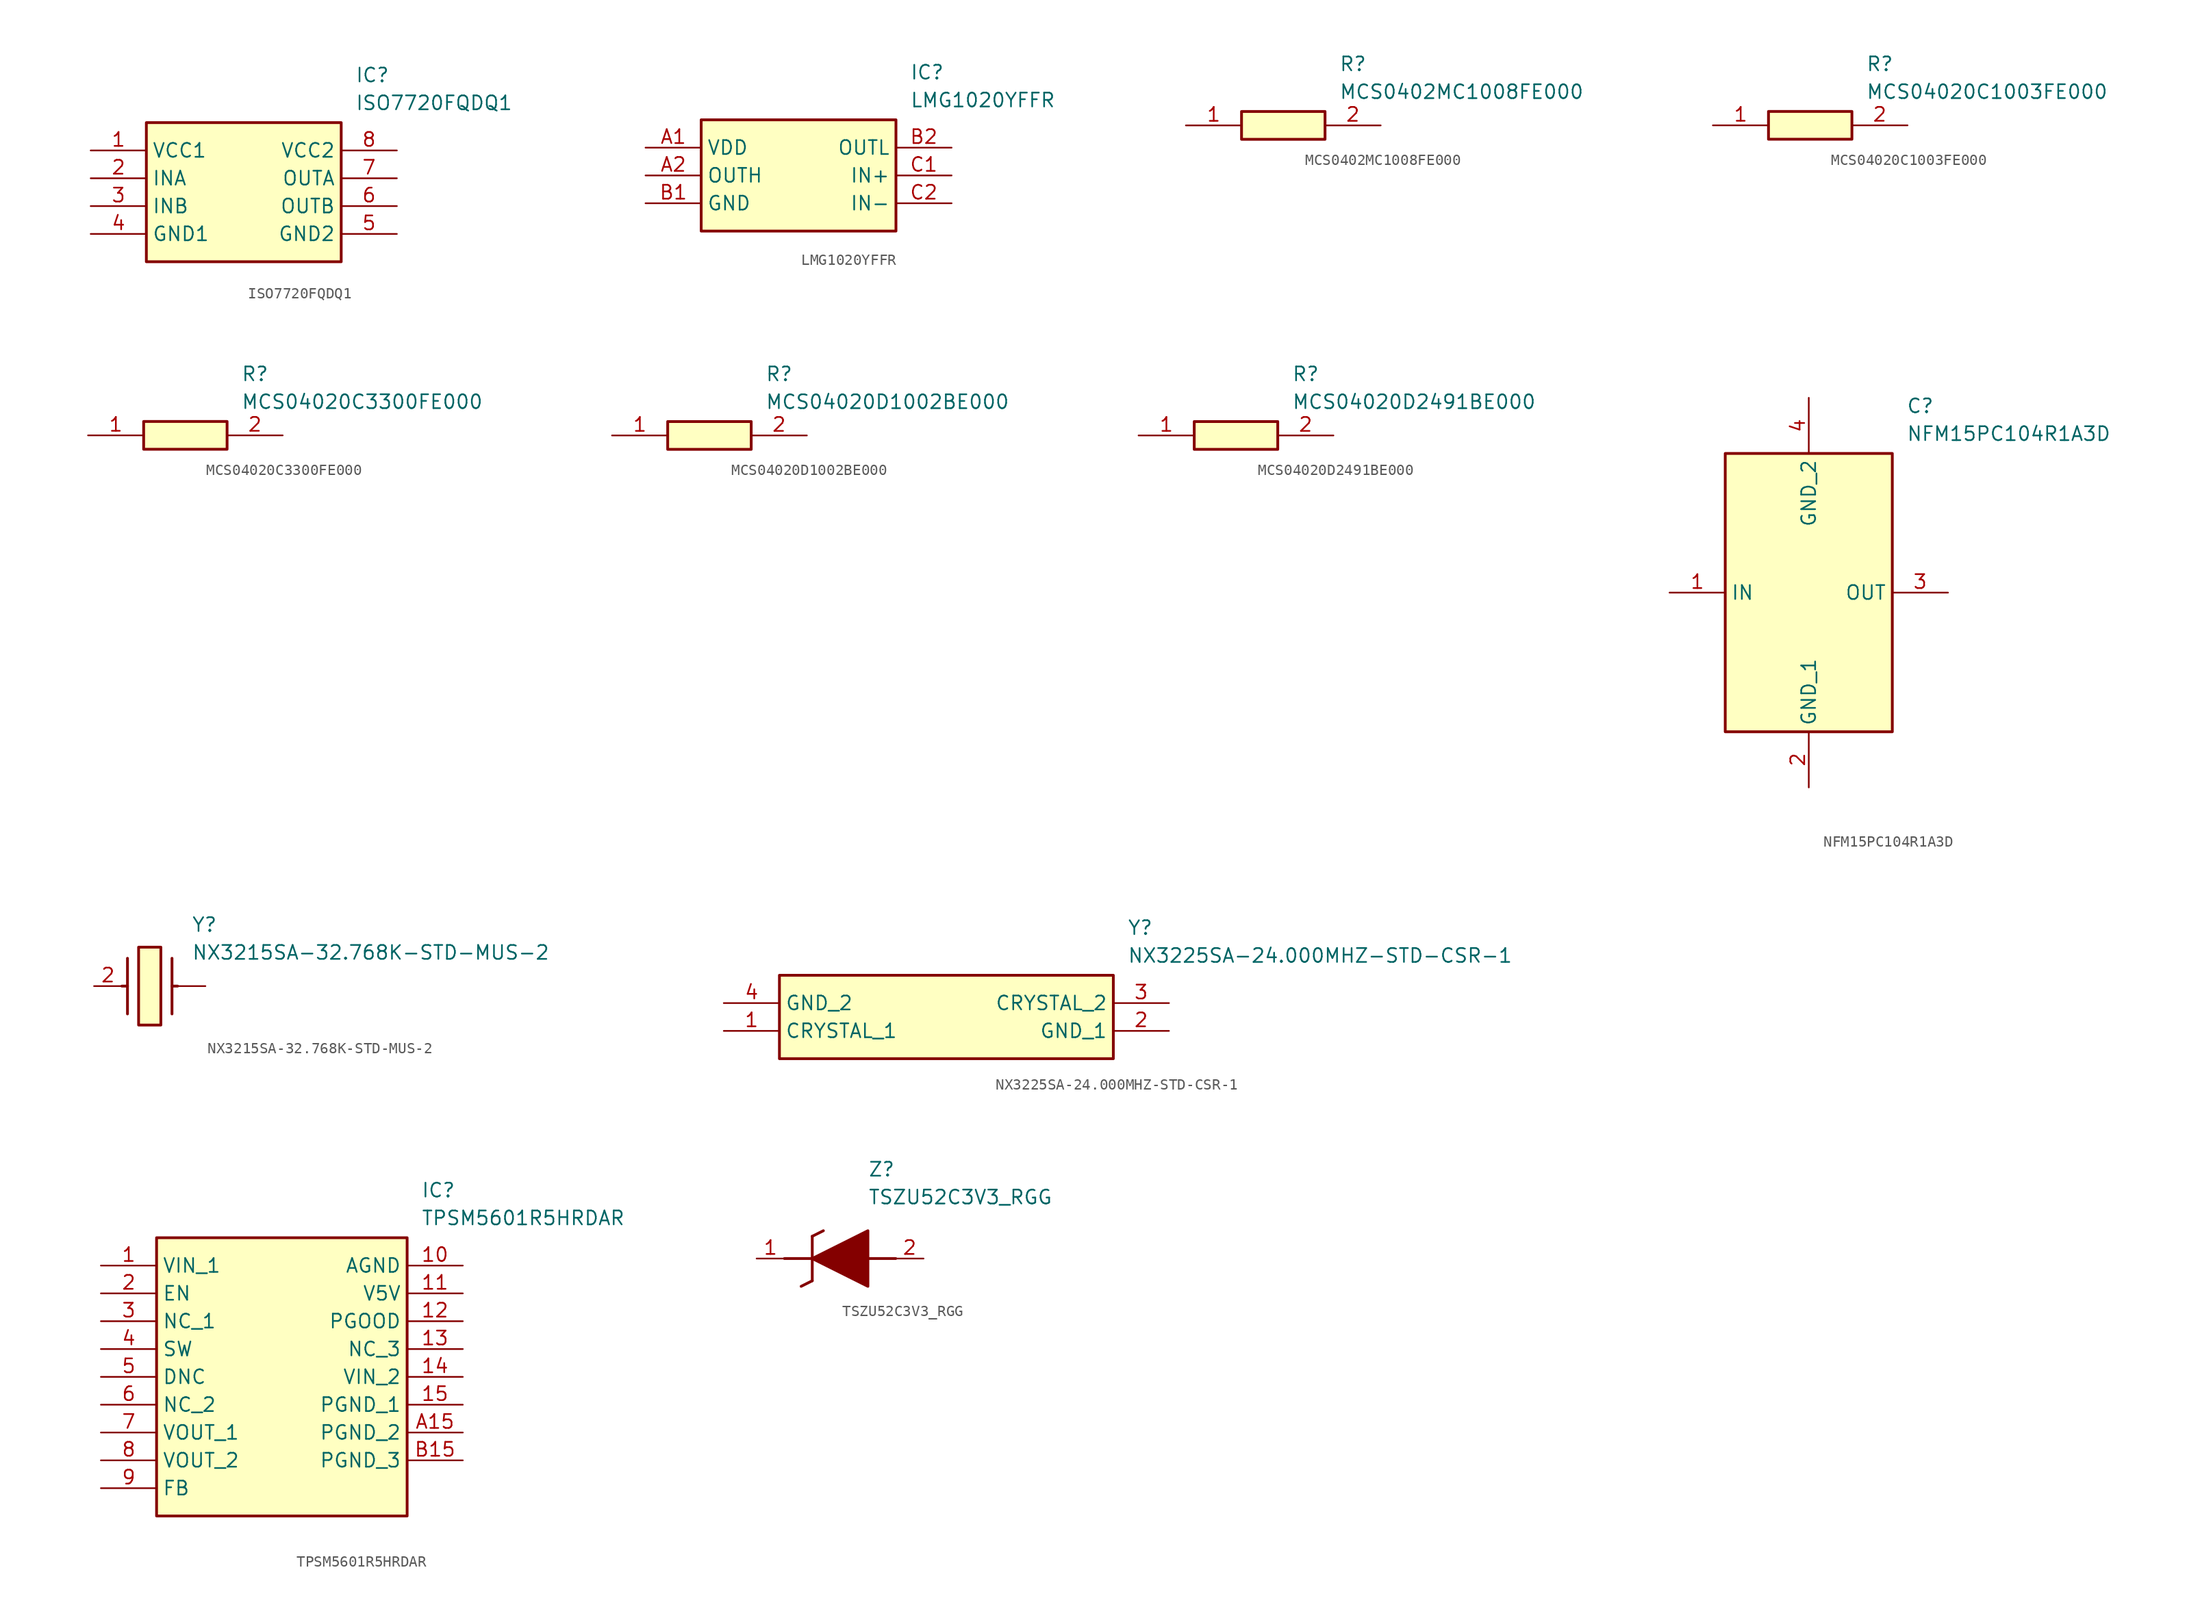
<source format=kicad_sym>
(kicad_symbol_lib
  (version 20220914)
  (generator SamacSys_ECAD_Model)
  (symbol "ISO7720FQDQ1"
    (property "Reference" "IC"
      (at 24.13 7.62 0)
      (effects (font (size 1.27 1.27)) (justify left top)))
    (property "Value" "ISO7720FQDQ1"
      (at 24.13 5.08 0)
      (effects (font (size 1.27 1.27)) (justify left top)))
    (rectangle
      (start 5.08 2.54)
      (end 22.86 -10.16)
      (stroke (width 0.254) (type default))
      (fill (type background)))
    (pin passive line
      (at 0 0 0)
      (length 5.08)
      (name "VCC1" (effects (font (size 1.27 1.27))))
      (number "1" (effects (font (size 1.27 1.27)))))
    (pin passive line
      (at 0 -2.54 0)
      (length 5.08)
      (name "INA" (effects (font (size 1.27 1.27))))
      (number "2" (effects (font (size 1.27 1.27)))))
    (pin passive line
      (at 0 -5.08 0)
      (length 5.08)
      (name "INB" (effects (font (size 1.27 1.27))))
      (number "3" (effects (font (size 1.27 1.27)))))
    (pin passive line
      (at 0 -7.62 0)
      (length 5.08)
      (name "GND1" (effects (font (size 1.27 1.27))))
      (number "4" (effects (font (size 1.27 1.27)))))
    (pin passive line
      (at 27.94 0 180)
      (length 5.08)
      (name "VCC2" (effects (font (size 1.27 1.27))))
      (number "8" (effects (font (size 1.27 1.27)))))
    (pin passive line
      (at 27.94 -2.54 180)
      (length 5.08)
      (name "OUTA" (effects (font (size 1.27 1.27))))
      (number "7" (effects (font (size 1.27 1.27)))))
    (pin passive line
      (at 27.94 -5.08 180)
      (length 5.08)
      (name "OUTB" (effects (font (size 1.27 1.27))))
      (number "6" (effects (font (size 1.27 1.27)))))
    (pin passive line
      (at 27.94 -7.62 180)
      (length 5.08)
      (name "GND2" (effects (font (size 1.27 1.27))))
      (number "5" (effects (font (size 1.27 1.27))))))
  (symbol "LMG1020YFFR"
    (property "Reference" "IC"
      (at 24.13 7.62 0)
      (effects (font (size 1.27 1.27)) (justify left top)))
    (property "Value" "LMG1020YFFR"
      (at 24.13 5.08 0)
      (effects (font (size 1.27 1.27)) (justify left top)))
    (rectangle
      (start 5.08 2.54)
      (end 22.86 -7.62)
      (stroke (width 0.254) (type default))
      (fill (type background)))
    (pin passive line
      (at 0 0 0)
      (length 5.08)
      (name "VDD" (effects (font (size 1.27 1.27))))
      (number "A1" (effects (font (size 1.27 1.27)))))
    (pin passive line
      (at 0 -2.54 0)
      (length 5.08)
      (name "OUTH" (effects (font (size 1.27 1.27))))
      (number "A2" (effects (font (size 1.27 1.27)))))
    (pin passive line
      (at 0 -5.08 0)
      (length 5.08)
      (name "GND" (effects (font (size 1.27 1.27))))
      (number "B1" (effects (font (size 1.27 1.27)))))
    (pin passive line
      (at 27.94 0 180)
      (length 5.08)
      (name "OUTL" (effects (font (size 1.27 1.27))))
      (number "B2" (effects (font (size 1.27 1.27)))))
    (pin passive line
      (at 27.94 -2.54 180)
      (length 5.08)
      (name "IN+" (effects (font (size 1.27 1.27))))
      (number "C1" (effects (font (size 1.27 1.27)))))
    (pin passive line
      (at 27.94 -5.08 180)
      (length 5.08)
      (name "IN-" (effects (font (size 1.27 1.27))))
      (number "C2" (effects (font (size 1.27 1.27))))))
  (symbol "MCS0402MC1008FE000"
    (pin_names hide)
    (property "Reference" "R"
      (at 13.97 6.35 0)
      (effects (font (size 1.27 1.27)) (justify left top)))
    (property "Value" "MCS0402MC1008FE000"
      (at 13.97 3.81 0)
      (effects (font (size 1.27 1.27)) (justify left top)))
    (rectangle
      (start 5.08 1.27)
      (end 12.7 -1.27)
      (stroke (width 0.254) (type default))
      (fill (type background)))
    (pin passive line
      (at 0 0 0)
      (length 5.08)
      (name "1" (effects (font (size 1.27 1.27))))
      (number "1" (effects (font (size 1.27 1.27)))))
    (pin passive line
      (at 17.78 0 180)
      (length 5.08)
      (name "2" (effects (font (size 1.27 1.27))))
      (number "2" (effects (font (size 1.27 1.27))))))
  (symbol "MCS04020C1003FE000"
    (pin_names hide)
    (property "Reference" "R"
      (at 13.97 6.35 0)
      (effects (font (size 1.27 1.27)) (justify left top)))
    (property "Value" "MCS04020C1003FE000"
      (at 13.97 3.81 0)
      (effects (font (size 1.27 1.27)) (justify left top)))
    (rectangle
      (start 5.08 1.27)
      (end 12.7 -1.27)
      (stroke (width 0.254) (type default))
      (fill (type background)))
    (pin passive line
      (at 0 0 0)
      (length 5.08)
      (name "1" (effects (font (size 1.27 1.27))))
      (number "1" (effects (font (size 1.27 1.27)))))
    (pin passive line
      (at 17.78 0 180)
      (length 5.08)
      (name "2" (effects (font (size 1.27 1.27))))
      (number "2" (effects (font (size 1.27 1.27))))))
  (symbol "MCS04020C3300FE000"
    (pin_names hide)
    (property "Reference" "R"
      (at 13.97 6.35 0)
      (effects (font (size 1.27 1.27)) (justify left top)))
    (property "Value" "MCS04020C3300FE000"
      (at 13.97 3.81 0)
      (effects (font (size 1.27 1.27)) (justify left top)))
    (rectangle
      (start 5.08 1.27)
      (end 12.7 -1.27)
      (stroke (width 0.254) (type default))
      (fill (type background)))
    (pin passive line
      (at 0 0 0)
      (length 5.08)
      (name "1" (effects (font (size 1.27 1.27))))
      (number "1" (effects (font (size 1.27 1.27)))))
    (pin passive line
      (at 17.78 0 180)
      (length 5.08)
      (name "2" (effects (font (size 1.27 1.27))))
      (number "2" (effects (font (size 1.27 1.27))))))
  (symbol "MCS04020D1002BE000"
    (pin_names hide)
    (property "Reference" "R"
      (at 13.97 6.35 0)
      (effects (font (size 1.27 1.27)) (justify left top)))
    (property "Value" "MCS04020D1002BE000"
      (at 13.97 3.81 0)
      (effects (font (size 1.27 1.27)) (justify left top)))
    (rectangle
      (start 5.08 1.27)
      (end 12.7 -1.27)
      (stroke (width 0.254) (type default))
      (fill (type background)))
    (pin passive line
      (at 0 0 0)
      (length 5.08)
      (name "1" (effects (font (size 1.27 1.27))))
      (number "1" (effects (font (size 1.27 1.27)))))
    (pin passive line
      (at 17.78 0 180)
      (length 5.08)
      (name "2" (effects (font (size 1.27 1.27))))
      (number "2" (effects (font (size 1.27 1.27))))))
  (symbol "MCS04020D2491BE000"
    (pin_names hide)
    (property "Reference" "R"
      (at 13.97 6.35 0)
      (effects (font (size 1.27 1.27)) (justify left top)))
    (property "Value" "MCS04020D2491BE000"
      (at 13.97 3.81 0)
      (effects (font (size 1.27 1.27)) (justify left top)))
    (rectangle
      (start 5.08 1.27)
      (end 12.7 -1.27)
      (stroke (width 0.254) (type default))
      (fill (type background)))
    (pin passive line
      (at 0 0 0)
      (length 5.08)
      (name "1" (effects (font (size 1.27 1.27))))
      (number "1" (effects (font (size 1.27 1.27)))))
    (pin passive line
      (at 17.78 0 180)
      (length 5.08)
      (name "2" (effects (font (size 1.27 1.27))))
      (number "2" (effects (font (size 1.27 1.27))))))
  (symbol "NFM15PC104R1A3D"
    (property "Reference" "C"
      (at 21.59 17.78 0)
      (effects (font (size 1.27 1.27)) (justify left top)))
    (property "Value" "NFM15PC104R1A3D"
      (at 21.59 15.24 0)
      (effects (font (size 1.27 1.27)) (justify left top)))
    (rectangle
      (start 5.08 12.7)
      (end 20.32 -12.7)
      (stroke (width 0.254) (type default))
      (fill (type background)))
    (pin passive line
      (at 0 0 0)
      (length 5.08)
      (name "IN" (effects (font (size 1.27 1.27))))
      (number "1" (effects (font (size 1.27 1.27)))))
    (pin passive line
      (at 12.7 -17.78 90)
      (length 5.08)
      (name "GND_1" (effects (font (size 1.27 1.27))))
      (number "2" (effects (font (size 1.27 1.27)))))
    (pin passive line
      (at 25.4 0 180)
      (length 5.08)
      (name "OUT" (effects (font (size 1.27 1.27))))
      (number "3" (effects (font (size 1.27 1.27)))))
    (pin passive line
      (at 12.7 17.78 270)
      (length 5.08)
      (name "GND_2" (effects (font (size 1.27 1.27))))
      (number "4" (effects (font (size 1.27 1.27))))))
  (symbol "NX3215SA-32.768K-STD-MUS-2"
    (pin_names hide)
    (property "Reference" "Y"
      (at 8.89 6.35 0)
      (effects (font (size 1.27 1.27)) (justify left top)))
    (property "Value" "NX3215SA-32.768K-STD-MUS-2"
      (at 8.89 3.81 0)
      (effects (font (size 1.27 1.27)) (justify left top)))
    (rectangle
      (start 4.064 3.556)
      (end 6.096 -3.556)
      (stroke (width 0.254) (type default))
      (fill (type background)))
    (polyline
      (pts (xy 3.048 2.54) (xy 3.048 -2.54))
      (stroke (width 0.254) (type default))
      (fill (type none)))
    (polyline
      (pts (xy 7.112 2.54) (xy 7.112 -2.54))
      (stroke (width 0.254) (type default))
      (fill (type none)))
    (polyline
      (pts (xy 7.112 0) (xy 7.62 0))
      (stroke (width 0.254) (type default))
      (fill (type none)))
    (polyline
      (pts (xy 3.048 0) (xy 2.54 0))
      (stroke (width 0.254) (type default))
      (fill (type none)))
    (pin passive line
      (at 0 0 0)
      (length 2.54)
      (name "CRYSTAL_2" (effects (font (size 1.27 1.27))))
      (number "2" (effects (font (size 1.27 1.27)))))
    (pin passive line
      (at 10.16 0 180)
      (length 2.54)
      (name "" (effects (font (size 1.27 1.27))))
      (number "" (effects (font (size 1.27 1.27))))))
  (symbol "NX3225SA-24.000MHZ-STD-CSR-1"
    (property "Reference" "Y"
      (at 36.83 7.62 0)
      (effects (font (size 1.27 1.27)) (justify left top)))
    (property "Value" "NX3225SA-24.000MHZ-STD-CSR-1"
      (at 36.83 5.08 0)
      (effects (font (size 1.27 1.27)) (justify left top)))
    (rectangle
      (start 5.08 2.54)
      (end 35.56 -5.08)
      (stroke (width 0.254) (type default))
      (fill (type background)))
    (pin passive line
      (at 0 -2.54 0)
      (length 5.08)
      (name "CRYSTAL_1" (effects (font (size 1.27 1.27))))
      (number "1" (effects (font (size 1.27 1.27)))))
    (pin passive line
      (at 40.64 -2.54 180)
      (length 5.08)
      (name "GND_1" (effects (font (size 1.27 1.27))))
      (number "2" (effects (font (size 1.27 1.27)))))
    (pin passive line
      (at 40.64 0 180)
      (length 5.08)
      (name "CRYSTAL_2" (effects (font (size 1.27 1.27))))
      (number "3" (effects (font (size 1.27 1.27)))))
    (pin passive line
      (at 0 0 0)
      (length 5.08)
      (name "GND_2" (effects (font (size 1.27 1.27))))
      (number "4" (effects (font (size 1.27 1.27))))))
  (symbol "TPSM5601R5HRDAR"
    (property "Reference" "IC"
      (at 29.21 7.62 0)
      (effects (font (size 1.27 1.27)) (justify left top)))
    (property "Value" "TPSM5601R5HRDAR"
      (at 29.21 5.08 0)
      (effects (font (size 1.27 1.27)) (justify left top)))
    (rectangle
      (start 5.08 2.54)
      (end 27.94 -22.86)
      (stroke (width 0.254) (type default))
      (fill (type background)))
    (pin passive line
      (at 0 0 0)
      (length 5.08)
      (name "VIN_1" (effects (font (size 1.27 1.27))))
      (number "1" (effects (font (size 1.27 1.27)))))
    (pin passive line
      (at 0 -2.54 0)
      (length 5.08)
      (name "EN" (effects (font (size 1.27 1.27))))
      (number "2" (effects (font (size 1.27 1.27)))))
    (pin passive line
      (at 0 -5.08 0)
      (length 5.08)
      (name "NC_1" (effects (font (size 1.27 1.27))))
      (number "3" (effects (font (size 1.27 1.27)))))
    (pin passive line
      (at 0 -7.62 0)
      (length 5.08)
      (name "SW" (effects (font (size 1.27 1.27))))
      (number "4" (effects (font (size 1.27 1.27)))))
    (pin passive line
      (at 0 -10.16 0)
      (length 5.08)
      (name "DNC" (effects (font (size 1.27 1.27))))
      (number "5" (effects (font (size 1.27 1.27)))))
    (pin passive line
      (at 0 -12.7 0)
      (length 5.08)
      (name "NC_2" (effects (font (size 1.27 1.27))))
      (number "6" (effects (font (size 1.27 1.27)))))
    (pin passive line
      (at 0 -15.24 0)
      (length 5.08)
      (name "VOUT_1" (effects (font (size 1.27 1.27))))
      (number "7" (effects (font (size 1.27 1.27)))))
    (pin passive line
      (at 0 -17.78 0)
      (length 5.08)
      (name "VOUT_2" (effects (font (size 1.27 1.27))))
      (number "8" (effects (font (size 1.27 1.27)))))
    (pin passive line
      (at 0 -20.32 0)
      (length 5.08)
      (name "FB" (effects (font (size 1.27 1.27))))
      (number "9" (effects (font (size 1.27 1.27)))))
    (pin passive line
      (at 33.02 0 180)
      (length 5.08)
      (name "AGND" (effects (font (size 1.27 1.27))))
      (number "10" (effects (font (size 1.27 1.27)))))
    (pin passive line
      (at 33.02 -2.54 180)
      (length 5.08)
      (name "V5V" (effects (font (size 1.27 1.27))))
      (number "11" (effects (font (size 1.27 1.27)))))
    (pin passive line
      (at 33.02 -5.08 180)
      (length 5.08)
      (name "PGOOD" (effects (font (size 1.27 1.27))))
      (number "12" (effects (font (size 1.27 1.27)))))
    (pin passive line
      (at 33.02 -7.62 180)
      (length 5.08)
      (name "NC_3" (effects (font (size 1.27 1.27))))
      (number "13" (effects (font (size 1.27 1.27)))))
    (pin passive line
      (at 33.02 -10.16 180)
      (length 5.08)
      (name "VIN_2" (effects (font (size 1.27 1.27))))
      (number "14" (effects (font (size 1.27 1.27)))))
    (pin passive line
      (at 33.02 -12.7 180)
      (length 5.08)
      (name "PGND_1" (effects (font (size 1.27 1.27))))
      (number "15" (effects (font (size 1.27 1.27)))))
    (pin passive line
      (at 33.02 -15.24 180)
      (length 5.08)
      (name "PGND_2" (effects (font (size 1.27 1.27))))
      (number "A15" (effects (font (size 1.27 1.27)))))
    (pin passive line
      (at 33.02 -17.78 180)
      (length 5.08)
      (name "PGND_3" (effects (font (size 1.27 1.27))))
      (number "B15" (effects (font (size 1.27 1.27))))))
  (symbol "TSZU52C3V3_RGG"
    (pin_names hide)
    (property "Reference" "Z"
      (at 10.16 8.89 0)
      (effects (font (size 1.27 1.27)) (justify left top)))
    (property "Value" "TSZU52C3V3_RGG"
      (at 10.16 6.35 0)
      (effects (font (size 1.27 1.27)) (justify left top)))
    (polyline
      (pts (xy 5.08 2.032) (xy 5.08 -2.032))
      (stroke (width 0.254) (type default))
      (fill (type none)))
    (polyline
      (pts (xy 5.08 2.032) (xy 6.096 2.54))
      (stroke (width 0.254) (type default))
      (fill (type none)))
    (polyline
      (pts (xy 4.064 -2.54) (xy 5.08 -2.032))
      (stroke (width 0.254) (type default))
      (fill (type none)))
    (polyline
      (pts (xy 2.54 0) (xy 5.08 0))
      (stroke (width 0.254) (type default))
      (fill (type none)))
    (polyline
      (pts (xy 12.7 0) (xy 10.16 0))
      (stroke (width 0.254) (type default))
      (fill (type none)))
    (polyline
      (pts (xy 5.08 0) (xy 10.16 2.54) (xy 10.16 -2.54) (xy 5.08 0))
      (stroke (width 0.254) (type default))
      (fill (type outline)))
    (pin passive line
      (at 0 0 0)
      (length 2.54)
      (name "K" (effects (font (size 1.27 1.27))))
      (number "1" (effects (font (size 1.27 1.27)))))
    (pin passive line
      (at 15.24 0 180)
      (length 2.54)
      (name "A" (effects (font (size 1.27 1.27))))
      (number "2" (effects (font (size 1.27 1.27)))))))
</source>
